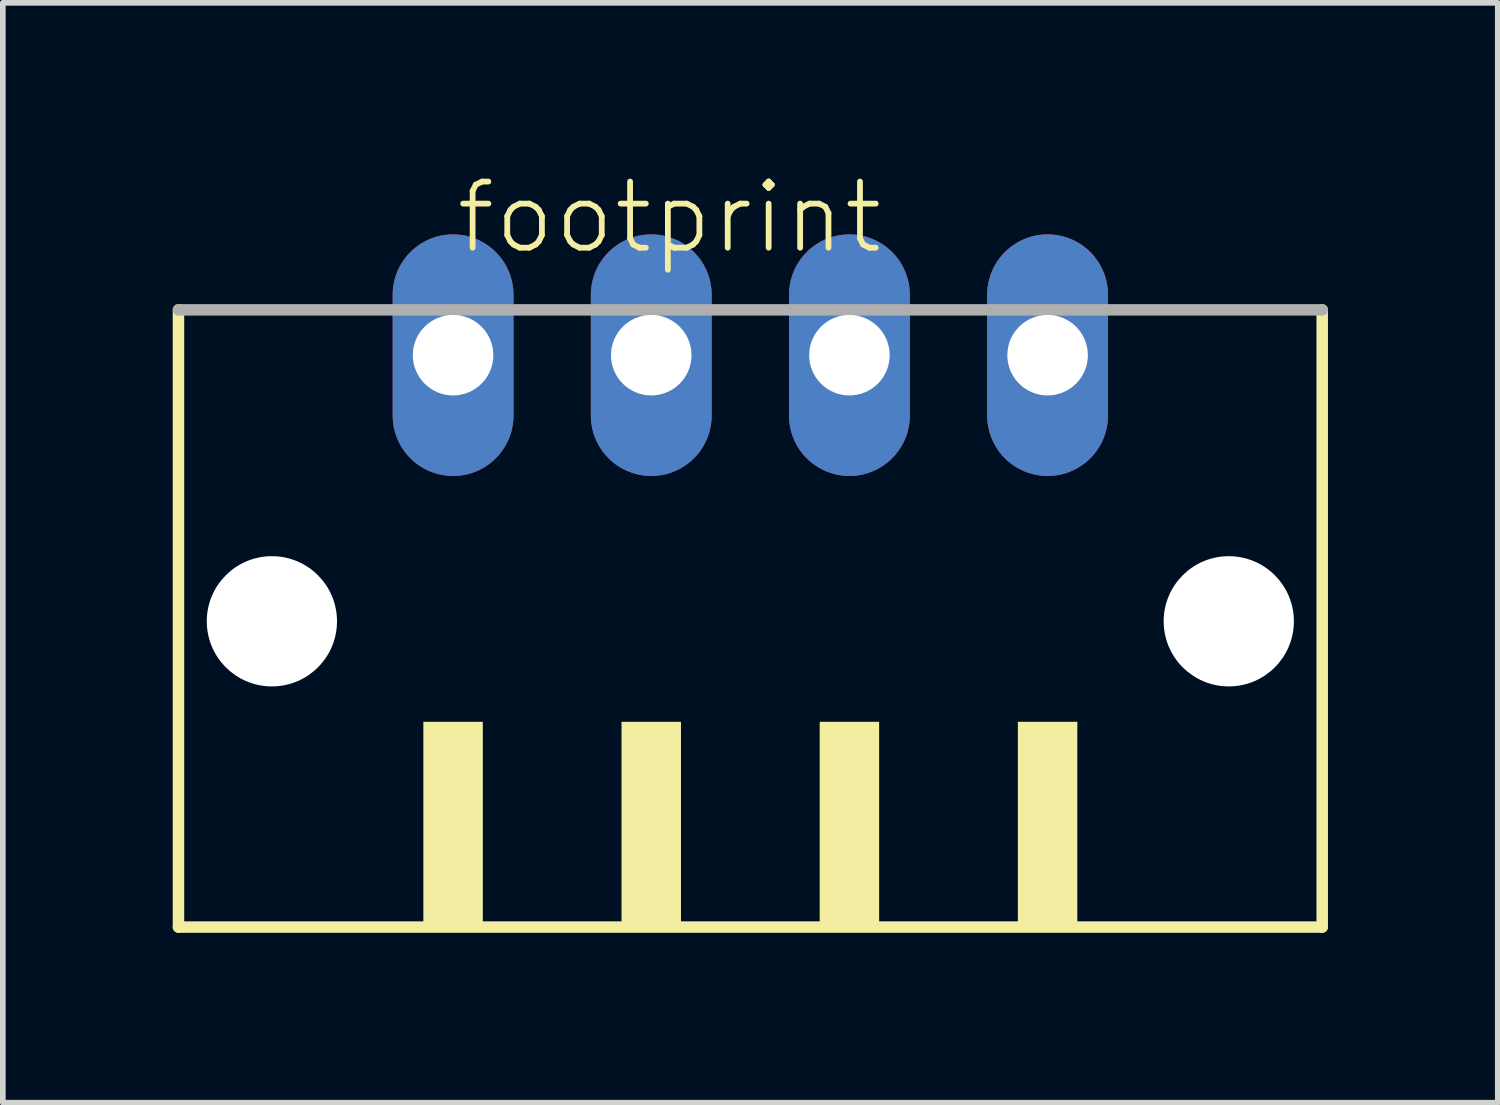
<source format=kicad_pcb>
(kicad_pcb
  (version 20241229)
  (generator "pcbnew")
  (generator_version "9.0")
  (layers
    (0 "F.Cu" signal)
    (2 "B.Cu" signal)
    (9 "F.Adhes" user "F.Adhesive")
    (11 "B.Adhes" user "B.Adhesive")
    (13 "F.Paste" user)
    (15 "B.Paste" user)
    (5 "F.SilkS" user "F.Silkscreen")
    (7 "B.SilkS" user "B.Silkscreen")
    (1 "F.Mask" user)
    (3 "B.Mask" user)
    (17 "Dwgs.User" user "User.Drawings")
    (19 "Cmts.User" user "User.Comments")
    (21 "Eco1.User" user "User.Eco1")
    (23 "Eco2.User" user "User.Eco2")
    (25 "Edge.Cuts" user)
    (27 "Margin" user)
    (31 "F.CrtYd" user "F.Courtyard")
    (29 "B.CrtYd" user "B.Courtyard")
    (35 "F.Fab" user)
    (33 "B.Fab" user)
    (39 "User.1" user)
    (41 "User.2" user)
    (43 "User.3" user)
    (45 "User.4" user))
  (footprint "footprint"
    (layer "F.Cu")
    (at 10.202 8.473)
    (property "Reference" "footprint" (at -5.25 -7 0) (layer "F.SilkS") (effects (font (size 1.168 1.168) (thickness 0.102)) (justify left bottom)))
    (fp_line (start -10.1 -6.05) (end -10.1 4.85) (stroke (width 0.203) (type solid)) (layer "F.SilkS"))
    (fp_line (start -10.1 4.85) (end 10.1 4.85) (stroke (width 0.203) (type solid)) (layer "F.SilkS"))
    (fp_line (start 10.1 4.85) (end 10.1 -6.05) (stroke (width 0.203) (type solid)) (layer "F.SilkS"))
    (fp_poly (pts (xy -5.775 4.9) (xy -4.725 4.9) (xy -4.725 1.225) (xy -5.775 1.225)) (stroke (width 0) (type solid)) (fill yes) (layer "F.SilkS"))
    (fp_poly (pts (xy -2.275 4.9) (xy -1.225 4.9) (xy -1.225 1.225) (xy -2.275 1.225)) (stroke (width 0) (type solid)) (fill yes) (layer "F.SilkS"))
    (fp_poly (pts (xy 1.225 4.9) (xy 2.275 4.9) (xy 2.275 1.225) (xy 1.225 1.225)) (stroke (width 0) (type solid)) (fill yes) (layer "F.SilkS"))
    (fp_poly (pts (xy 4.725 4.9) (xy 5.775 4.9) (xy 5.775 1.225) (xy 4.725 1.225)) (stroke (width 0) (type solid)) (fill yes) (layer "F.SilkS"))
    (fp_line (start 10.1 -6.05) (end -10.1 -6.05) (stroke (width 0.203) (type solid)) (layer "F.Fab"))
    (pad "" np_thru_hole circle (at -8.45 -0.55) (size 2.3 2.3) (drill 2.3) (layers "*.Cu" "*.Mask"))
    (pad "" np_thru_hole circle (at 8.45 -0.55) (size 2.3 2.3) (drill 2.3) (layers "*.Cu" "*.Mask"))
    (pad "1" thru_hole oval (at -5.25 -5.25 90) (size 4.267 2.134) (drill 1.422) (layers "*.Cu" "*.Mask"))
    (pad "2" thru_hole oval (at -1.75 -5.25 90) (size 4.267 2.134) (drill 1.422) (layers "*.Cu" "*.Mask"))
    (pad "3" thru_hole oval (at 1.75 -5.25 90) (size 4.267 2.134) (drill 1.422) (layers "*.Cu" "*.Mask"))
    (pad "4" thru_hole oval (at 5.25 -5.25 90) (size 4.267 2.134) (drill 1.422) (layers "*.Cu" "*.Mask")))
  (gr_rect
    (start -3 -3)
    (end 23.403 16.425)
    (stroke (width 0.1) (type default))
    (fill no)
    (layer "Edge.Cuts")))
</source>
